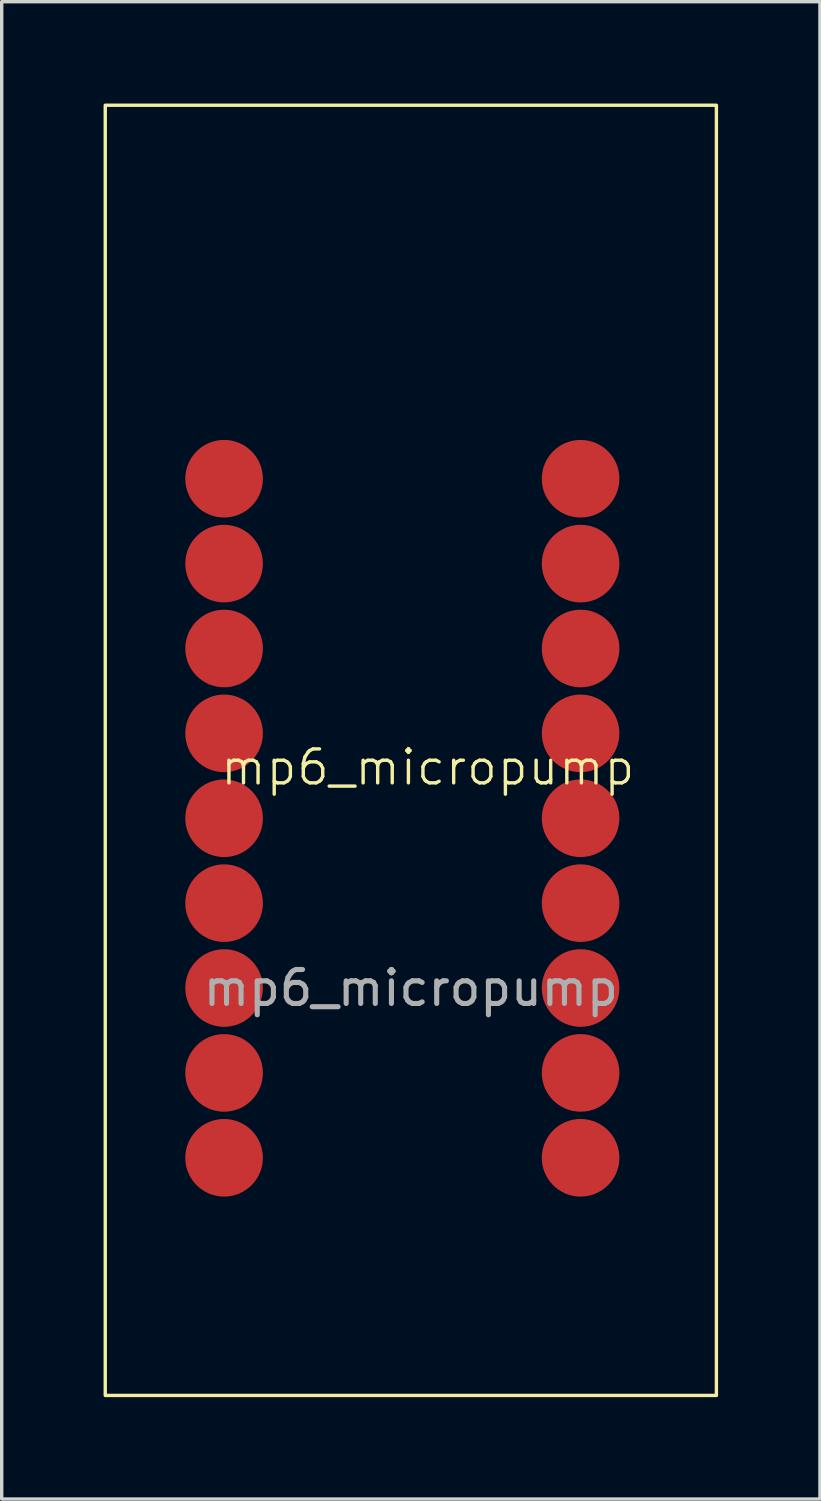
<source format=kicad_pcb>
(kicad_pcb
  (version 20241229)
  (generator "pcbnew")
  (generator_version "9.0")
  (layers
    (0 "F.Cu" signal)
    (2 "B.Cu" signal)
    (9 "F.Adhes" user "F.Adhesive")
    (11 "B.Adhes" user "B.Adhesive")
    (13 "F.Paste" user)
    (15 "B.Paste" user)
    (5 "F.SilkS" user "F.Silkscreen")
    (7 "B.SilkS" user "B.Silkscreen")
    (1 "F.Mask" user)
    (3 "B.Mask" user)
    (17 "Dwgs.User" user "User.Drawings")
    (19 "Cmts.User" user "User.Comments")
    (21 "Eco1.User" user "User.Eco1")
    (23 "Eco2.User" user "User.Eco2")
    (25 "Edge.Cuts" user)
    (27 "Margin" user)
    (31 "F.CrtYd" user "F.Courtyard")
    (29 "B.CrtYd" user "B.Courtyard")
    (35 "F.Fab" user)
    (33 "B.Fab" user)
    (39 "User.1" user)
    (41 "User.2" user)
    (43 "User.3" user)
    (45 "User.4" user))
  (footprint "mp6_micropump"
    (layer "F.Cu")
    (at 9.05 19.55)
    (property "Reference" "mp6_micropump" (at 0.5 0 0) (unlocked yes) (layer "F.SilkS") (effects (font (size 1 1) (thickness 0.1))))
    (attr smd)
    (fp_rect (start -9 -19.5) (end 9 18.5) (stroke (width 0.1) (type default)) (fill no) (layer "F.SilkS"))
    (fp_text user "${REFERENCE}" (at 0 6.5 0) (unlocked yes) (layer "F.Fab") (effects (font (size 1 1) (thickness 0.15))))
    (pad "1" smd circle (at -5.5 -8.5) (size 2.286 2.286) (layers "F.Cu" "F.Mask" "F.Paste"))
    (pad "2" smd circle (at -5.5 -6) (size 2.286 2.286) (layers "F.Cu" "F.Mask" "F.Paste"))
    (pad "3" smd circle (at -5.5 -3.5) (size 2.286 2.286) (layers "F.Cu" "F.Mask" "F.Paste"))
    (pad "4" smd circle (at -5.5 -1) (size 2.286 2.286) (layers "F.Cu" "F.Mask" "F.Paste"))
    (pad "5" smd circle (at -5.5 1.5) (size 2.286 2.286) (layers "F.Cu" "F.Mask" "F.Paste"))
    (pad "6" smd circle (at -5.5 4) (size 2.286 2.286) (layers "F.Cu" "F.Mask" "F.Paste"))
    (pad "7" smd circle (at -5.5 6.5) (size 2.286 2.286) (layers "F.Cu" "F.Mask" "F.Paste"))
    (pad "8" smd circle (at -5.5 9) (size 2.286 2.286) (layers "F.Cu" "F.Mask" "F.Paste"))
    (pad "9" smd circle (at -5.5 11.5) (size 2.286 2.286) (layers "F.Cu" "F.Mask" "F.Paste"))
    (pad "10" smd circle (at 5 11.5) (size 2.286 2.286) (layers "F.Cu" "F.Mask" "F.Paste"))
    (pad "11" smd circle (at 5 9) (size 2.286 2.286) (layers "F.Cu" "F.Mask" "F.Paste"))
    (pad "12" smd circle (at 5 6.5) (size 2.286 2.286) (layers "F.Cu" "F.Mask" "F.Paste"))
    (pad "13" smd circle (at 5 4) (size 2.286 2.286) (layers "F.Cu" "F.Mask" "F.Paste"))
    (pad "14" smd circle (at 5 1.5) (size 2.286 2.286) (layers "F.Cu" "F.Mask" "F.Paste"))
    (pad "15" smd circle (at 5 -1) (size 2.286 2.286) (layers "F.Cu" "F.Mask" "F.Paste"))
    (pad "16" smd circle (at 5 -3.5) (size 2.286 2.286) (layers "F.Cu" "F.Mask" "F.Paste"))
    (pad "17" smd circle (at 5 -6) (size 2.286 2.286) (layers "F.Cu" "F.Mask" "F.Paste"))
    (pad "18" smd circle (at 5 -8.5) (size 2.286 2.286) (layers "F.Cu" "F.Mask" "F.Paste")))
  (gr_rect
    (start -3 -3)
    (end 21.1 41.1)
    (stroke (width 0.1) (type default))
    (fill no)
    (layer "Edge.Cuts")))
</source>
